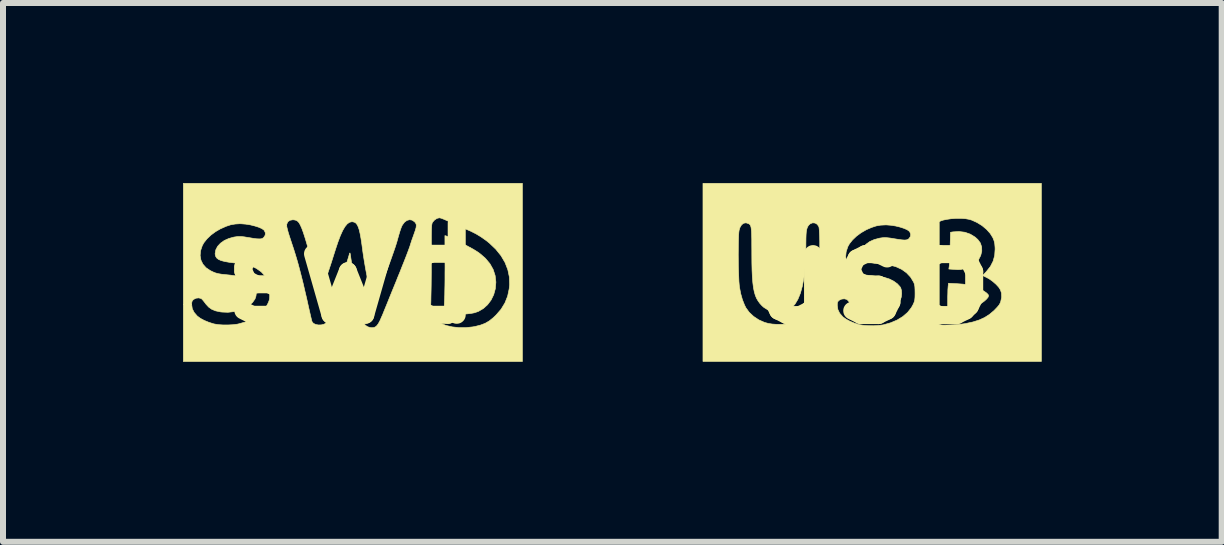
<source format=kicad_pcb>
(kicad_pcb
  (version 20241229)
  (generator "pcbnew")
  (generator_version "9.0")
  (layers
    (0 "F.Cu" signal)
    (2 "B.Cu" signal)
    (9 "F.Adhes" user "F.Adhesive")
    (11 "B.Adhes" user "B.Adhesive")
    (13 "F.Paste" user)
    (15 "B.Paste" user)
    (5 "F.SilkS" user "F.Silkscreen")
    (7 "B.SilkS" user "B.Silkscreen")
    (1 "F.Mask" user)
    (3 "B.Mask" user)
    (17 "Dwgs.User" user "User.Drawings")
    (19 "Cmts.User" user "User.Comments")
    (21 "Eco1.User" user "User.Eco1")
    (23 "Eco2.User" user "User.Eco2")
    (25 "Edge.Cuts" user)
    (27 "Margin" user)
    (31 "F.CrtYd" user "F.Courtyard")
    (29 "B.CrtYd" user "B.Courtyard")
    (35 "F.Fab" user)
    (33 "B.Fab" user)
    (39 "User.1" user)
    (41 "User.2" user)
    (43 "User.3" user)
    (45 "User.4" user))
  (footprint "swd"
    (layer "F.Cu")
    (at 2.819 1.506)
    (property "Reference" "swd" (at 0 0 0) (layer "F.SilkS") (effects (font (size 1.524 1.524) (thickness 0.3))))
    (attr through_hole)
    (fp_poly (pts (xy 1.569 -0.623) (xy 1.586 -0.616) (xy 1.62 -0.601) (xy 1.667 -0.579) (xy 1.724 -0.552) (xy 1.787 -0.522) (xy 1.815 -0.508) (xy 1.927 -0.452) (xy 2.019 -0.402) (xy 2.091 -0.357) (xy 2.124 -0.334) (xy 2.22 -0.251) (xy 2.295 -0.161) (xy 2.349 -0.065) (xy 2.382 0.037) (xy 2.394 0.143) (xy 2.394 0.149) (xy 2.385 0.255) (xy 2.358 0.354) (xy 2.314 0.444) (xy 2.256 0.521) (xy 2.185 0.585) (xy 2.103 0.633) (xy 2.037 0.656) (xy 1.979 0.667) (xy 1.91 0.675) (xy 1.838 0.679) (xy 1.769 0.678) (xy 1.711 0.674) (xy 1.688 0.669) (xy 1.643 0.656) (xy 1.597 0.639) (xy 1.579 0.63) (xy 1.531 0.605) (xy 1.54 0.416) (xy 1.542 0.36) (xy 1.543 0.286) (xy 1.545 0.198) (xy 1.546 0.1) (xy 1.546 -0.004) (xy 1.547 -0.111) (xy 1.546 -0.202) (xy 1.545 -0.63) (xy 1.569 -0.623)) (stroke (width 0.01) (type solid)) (fill yes) (layer "F.SilkS"))
    (fp_poly (pts (xy 2.836 1.468) (xy -2.814 1.468) (xy -2.814 0.507) (xy -2.675 0.507) (xy -2.675 0.52) (xy -2.665 0.589) (xy -2.634 0.65) (xy -2.584 0.708) (xy -2.576 0.715) (xy -2.528 0.75) (xy -2.464 0.784) (xy -2.391 0.814) (xy -2.317 0.838) (xy -2.291 0.844) (xy -2.228 0.854) (xy -2.151 0.859) (xy -2.068 0.859) (xy -1.988 0.855) (xy -1.917 0.846) (xy -1.901 0.843) (xy -1.782 0.81) (xy -1.674 0.764) (xy -1.579 0.705) (xy -1.499 0.636) (xy -1.436 0.558) (xy -1.408 0.508) (xy -1.393 0.475) (xy -1.383 0.447) (xy -1.377 0.418) (xy -1.375 0.382) (xy -1.374 0.333) (xy -1.374 0.309) (xy -1.374 0.25) (xy -1.377 0.208) (xy -1.382 0.176) (xy -1.39 0.148) (xy -1.399 0.128) (xy -1.449 0.046) (xy -1.516 -0.026) (xy -1.598 -0.084) (xy -1.691 -0.127) (xy -1.709 -0.133) (xy -1.747 -0.142) (xy -1.801 -0.153) (xy -1.864 -0.162) (xy -1.929 -0.17) (xy -1.942 -0.172) (xy -2.042 -0.184) (xy -2.122 -0.198) (xy -2.184 -0.214) (xy -2.229 -0.234) (xy -2.259 -0.258) (xy -2.277 -0.288) (xy -2.284 -0.323) (xy -2.284 -0.331) (xy -2.273 -0.393) (xy -2.243 -0.451) (xy -2.195 -0.503) (xy -2.132 -0.548) (xy -2.056 -0.582) (xy -1.969 -0.606) (xy -1.952 -0.608) (xy -1.913 -0.614) (xy -1.879 -0.615) (xy -1.842 -0.614) (xy -1.798 -0.609) (xy -1.738 -0.599) (xy -1.729 -0.598) (xy -1.653 -0.585) (xy -1.595 -0.577) (xy -1.551 -0.575) (xy -1.52 -0.576) (xy -1.497 -0.583) (xy -1.479 -0.595) (xy -1.473 -0.601) (xy -1.45 -0.637) (xy -1.447 -0.676) (xy -1.464 -0.713) (xy -1.471 -0.722) (xy -1.506 -0.747) (xy -1.559 -0.77) (xy -1.625 -0.791) (xy -1.65 -0.797) (xy -1.092 -0.797) (xy -1.089 -0.773) (xy -1.079 -0.732) (xy -1.065 -0.679) (xy -1.046 -0.619) (xy -1.031 -0.573) (xy -1.002 -0.485) (xy -0.975 -0.404) (xy -0.951 -0.327) (xy -0.928 -0.251) (xy -0.906 -0.176) (xy -0.885 -0.098) (xy -0.863 -0.014) (xy -0.84 0.077) (xy -0.815 0.177) (xy -0.789 0.29) (xy -0.759 0.417) (xy -0.727 0.562) (xy -0.69 0.723) (xy -0.681 0.761) (xy -0.673 0.792) (xy -0.668 0.806) (xy -0.647 0.832) (xy -0.61 0.85) (xy -0.565 0.859) (xy -0.517 0.858) (xy -0.472 0.847) (xy -0.455 0.839) (xy -0.419 0.806) (xy -0.403 0.765) (xy -0.404 0.718) (xy -0.403 0.682) (xy -0.391 0.627) (xy -0.369 0.554) (xy -0.336 0.463) (xy -0.292 0.353) (xy -0.258 0.274) (xy -0.23 0.206) (xy -0.199 0.125) (xy -0.166 0.035) (xy -0.133 -0.058) (xy -0.101 -0.148) (xy -0.074 -0.231) (xy -0.053 -0.301) (xy -0.048 -0.32) (xy -0.042 -0.337) (xy -0.038 -0.341) (xy -0.034 -0.331) (xy -0.029 -0.304) (xy -0.023 -0.259) (xy -0.008 -0.16) (xy 0.009 -0.053) (xy 0.029 0.059) (xy 0.049 0.173) (xy 0.071 0.286) (xy 0.093 0.397) (xy 0.115 0.501) (xy 0.135 0.597) (xy 0.155 0.681) (xy 0.173 0.752) (xy 0.188 0.805) (xy 0.199 0.836) (xy 0.222 0.866) (xy 0.26 0.89) (xy 0.306 0.903) (xy 0.329 0.905) (xy 0.365 0.901) (xy 0.391 0.888) (xy 0.412 0.869) (xy 0.435 0.838) (xy 0.463 0.786) (xy 0.489 0.727) (xy 1.299 0.727) (xy 1.338 0.766) (xy 1.365 0.789) (xy 1.391 0.803) (xy 1.401 0.805) (xy 1.423 0.81) (xy 1.457 0.823) (xy 1.479 0.833) (xy 1.566 0.868) (xy 1.667 0.891) (xy 1.778 0.903) (xy 1.894 0.903) (xy 2.01 0.891) (xy 2.052 0.883) (xy 2.142 0.86) (xy 2.217 0.831) (xy 2.284 0.792) (xy 2.351 0.738) (xy 2.395 0.696) (xy 2.481 0.597) (xy 2.545 0.492) (xy 2.59 0.379) (xy 2.616 0.256) (xy 2.623 0.188) (xy 2.619 0.061) (xy 2.593 -0.062) (xy 2.547 -0.181) (xy 2.48 -0.295) (xy 2.392 -0.404) (xy 2.285 -0.506) (xy 2.227 -0.552) (xy 2.146 -0.609) (xy 2.065 -0.658) (xy 1.978 -0.702) (xy 1.879 -0.745) (xy 1.82 -0.769) (xy 1.751 -0.8) (xy 1.68 -0.832) (xy 1.622 -0.86) (xy 1.569 -0.884) (xy 1.521 -0.905) (xy 1.482 -0.92) (xy 1.456 -0.926) (xy 1.453 -0.927) (xy 1.413 -0.917) (xy 1.373 -0.891) (xy 1.339 -0.853) (xy 1.335 -0.845) (xy 1.331 -0.835) (xy 1.328 -0.821) (xy 1.325 -0.802) (xy 1.323 -0.775) (xy 1.321 -0.738) (xy 1.32 -0.69) (xy 1.319 -0.629) (xy 1.319 -0.552) (xy 1.319 -0.459) (xy 1.319 -0.347) (xy 1.319 -0.259) (xy 1.318 -0.141) (xy 1.318 -0.022) (xy 1.317 0.094) (xy 1.316 0.203) (xy 1.314 0.304) (xy 1.312 0.392) (xy 1.311 0.464) (xy 1.309 0.515) (xy 1.299 0.727) (xy 0.489 0.727) (xy 0.495 0.714) (xy 0.51 0.679) (xy 0.528 0.634) (xy 0.553 0.573) (xy 0.584 0.497) (xy 0.619 0.41) (xy 0.657 0.316) (xy 0.698 0.216) (xy 0.739 0.116) (xy 0.754 0.077) (xy 0.794 -0.02) (xy 0.831 -0.114) (xy 0.866 -0.201) (xy 0.897 -0.28) (xy 0.923 -0.348) (xy 0.943 -0.402) (xy 0.957 -0.44) (xy 0.961 -0.452) (xy 0.976 -0.5) (xy 0.995 -0.558) (xy 1.017 -0.619) (xy 1.028 -0.65) (xy 1.05 -0.713) (xy 1.064 -0.761) (xy 1.068 -0.796) (xy 1.065 -0.823) (xy 1.052 -0.845) (xy 1.038 -0.861) (xy 0.998 -0.888) (xy 0.955 -0.895) (xy 0.912 -0.883) (xy 0.871 -0.853) (xy 0.836 -0.806) (xy 0.822 -0.778) (xy 0.81 -0.746) (xy 0.794 -0.699) (xy 0.777 -0.642) (xy 0.76 -0.582) (xy 0.757 -0.571) (xy 0.741 -0.514) (xy 0.717 -0.439) (xy 0.686 -0.349) (xy 0.65 -0.247) (xy 0.61 -0.136) (xy 0.567 -0.018) (xy 0.521 0.103) (xy 0.475 0.224) (xy 0.428 0.344) (xy 0.381 0.459) (xy 0.361 0.508) (xy 0.356 0.517) (xy 0.351 0.516) (xy 0.344 0.502) (xy 0.336 0.471) (xy 0.324 0.421) (xy 0.324 0.419) (xy 0.297 0.294) (xy 0.27 0.166) (xy 0.245 0.039) (xy 0.222 -0.083) (xy 0.203 -0.195) (xy 0.187 -0.294) (xy 0.177 -0.364) (xy 0.161 -0.484) (xy 0.146 -0.584) (xy 0.131 -0.665) (xy 0.116 -0.729) (xy 0.099 -0.778) (xy 0.081 -0.814) (xy 0.06 -0.839) (xy 0.037 -0.853) (xy 0.009 -0.86) (xy -0.007 -0.861) (xy -0.045 -0.852) (xy -0.083 -0.825) (xy -0.121 -0.779) (xy -0.159 -0.714) (xy -0.198 -0.628) (xy -0.238 -0.522) (xy -0.276 -0.408) (xy -0.312 -0.295) (xy -0.347 -0.184) (xy -0.382 -0.078) (xy -0.415 0.021) (xy -0.446 0.111) (xy -0.474 0.192) (xy -0.498 0.259) (xy -0.519 0.313) (xy -0.534 0.351) (xy -0.544 0.37) (xy -0.547 0.373) (xy -0.55 0.361) (xy -0.557 0.331) (xy -0.568 0.286) (xy -0.581 0.228) (xy -0.596 0.16) (xy -0.607 0.11) (xy -0.642 -0.049) (xy -0.675 -0.19) (xy -0.707 -0.317) (xy -0.739 -0.435) (xy -0.772 -0.547) (xy -0.785 -0.59) (xy -0.814 -0.68) (xy -0.84 -0.751) (xy -0.864 -0.805) (xy -0.886 -0.844) (xy -0.91 -0.87) (xy -0.936 -0.885) (xy -0.966 -0.892) (xy -0.99 -0.894) (xy -1.038 -0.885) (xy -1.072 -0.861) (xy -1.09 -0.822) (xy -1.092 -0.797) (xy -1.65 -0.797) (xy -1.698 -0.809) (xy -1.774 -0.821) (xy -1.849 -0.827) (xy -1.873 -0.828) (xy -1.951 -0.823) (xy -2.025 -0.81) (xy -2.101 -0.785) (xy -2.186 -0.747) (xy -2.194 -0.744) (xy -2.277 -0.696) (xy -2.354 -0.639) (xy -2.42 -0.576) (xy -2.471 -0.512) (xy -2.498 -0.464) (xy -2.527 -0.378) (xy -2.534 -0.297) (xy -2.521 -0.222) (xy -2.488 -0.154) (xy -2.436 -0.095) (xy -2.365 -0.047) (xy -2.32 -0.025) (xy -2.278 -0.008) (xy -2.233 0.004) (xy -2.18 0.013) (xy -2.113 0.02) (xy -2.085 0.023) (xy -2.026 0.029) (xy -1.967 0.037) (xy -1.916 0.045) (xy -1.889 0.05) (xy -1.805 0.076) (xy -1.731 0.113) (xy -1.669 0.158) (xy -1.624 0.209) (xy -1.614 0.226) (xy -1.6 0.27) (xy -1.597 0.323) (xy -1.604 0.379) (xy -1.62 0.426) (xy -1.62 0.426) (xy -1.662 0.486) (xy -1.722 0.538) (xy -1.796 0.581) (xy -1.881 0.615) (xy -1.974 0.637) (xy -2.071 0.648) (xy -2.168 0.644) (xy -2.196 0.641) (xy -2.276 0.624) (xy -2.34 0.598) (xy -2.392 0.561) (xy -2.438 0.511) (xy -2.445 0.501) (xy -2.472 0.466) (xy -2.496 0.437) (xy -2.514 0.42) (xy -2.516 0.419) (xy -2.557 0.408) (xy -2.603 0.413) (xy -2.642 0.433) (xy -2.645 0.435) (xy -2.663 0.454) (xy -2.672 0.475) (xy -2.675 0.507) (xy -2.814 0.507) (xy -2.814 -1.501) (xy 2.836 -1.501) (xy 2.836 1.468)) (stroke (width 0.01) (type solid)) (fill yes) (layer "F.SilkS")))
  (footprint "usb"
    (layer "F.Cu")
    (at 11.478 1.511)
    (property "Reference" "usb" (at 0 0 0) (layer "F.SilkS") (effects (font (size 1.524 1.524) (thickness 0.3))))
    (attr through_hole)
    (fp_poly (pts (xy 1.427 0.167) (xy 1.522 0.174) (xy 1.602 0.186) (xy 1.675 0.205) (xy 1.749 0.232) (xy 1.808 0.258) (xy 1.866 0.289) (xy 1.909 0.319) (xy 1.937 0.346) (xy 1.945 0.367) (xy 1.936 0.393) (xy 1.909 0.425) (xy 1.87 0.46) (xy 1.821 0.494) (xy 1.766 0.525) (xy 1.709 0.551) (xy 1.697 0.555) (xy 1.626 0.576) (xy 1.539 0.594) (xy 1.444 0.609) (xy 1.346 0.62) (xy 1.344 0.62) (xy 1.264 0.627) (xy 1.264 0.448) (xy 1.264 0.383) (xy 1.266 0.321) (xy 1.267 0.267) (xy 1.27 0.228) (xy 1.271 0.214) (xy 1.277 0.159) (xy 1.427 0.167)) (stroke (width 0.01) (type solid)) (fill yes) (layer "F.SilkS"))
    (fp_poly (pts (xy 1.55 -0.691) (xy 1.641 -0.659) (xy 1.722 -0.609) (xy 1.766 -0.569) (xy 1.808 -0.512) (xy 1.83 -0.446) (xy 1.832 -0.376) (xy 1.814 -0.303) (xy 1.776 -0.23) (xy 1.775 -0.229) (xy 1.736 -0.186) (xy 1.681 -0.145) (xy 1.616 -0.11) (xy 1.546 -0.084) (xy 1.479 -0.07) (xy 1.432 -0.068) (xy 1.403 -0.07) (xy 1.364 -0.073) (xy 1.342 -0.074) (xy 1.283 -0.078) (xy 1.29 -0.127) (xy 1.292 -0.152) (xy 1.295 -0.195) (xy 1.297 -0.252) (xy 1.3 -0.32) (xy 1.303 -0.394) (xy 1.304 -0.433) (xy 1.311 -0.69) (xy 1.351 -0.697) (xy 1.453 -0.703) (xy 1.55 -0.691)) (stroke (width 0.01) (type solid)) (fill yes) (layer "F.SilkS"))
    (fp_poly (pts (xy 2.825 1.462) (xy -2.814 1.462) (xy -2.814 -0.316) (xy -2.226 -0.316) (xy -2.225 -0.219) (xy -2.224 -0.124) (xy -2.221 -0.032) (xy -2.218 0.052) (xy -2.215 0.126) (xy -2.21 0.186) (xy -2.205 0.228) (xy -2.185 0.333) (xy -2.157 0.432) (xy -2.123 0.518) (xy -2.099 0.567) (xy -2.043 0.644) (xy -1.97 0.712) (xy -1.884 0.769) (xy -1.789 0.811) (xy -1.724 0.829) (xy -1.659 0.839) (xy -1.585 0.844) (xy -1.508 0.844) (xy -1.437 0.839) (xy -1.38 0.83) (xy -1.38 0.829) (xy -1.299 0.802) (xy -1.229 0.761) (xy -1.161 0.704) (xy -1.139 0.681) (xy -1.07 0.594) (xy -1.028 0.516) (xy -0.576 0.516) (xy -0.576 0.529) (xy -0.566 0.597) (xy -0.536 0.659) (xy -0.485 0.717) (xy -0.478 0.723) (xy -0.429 0.758) (xy -0.366 0.792) (xy -0.294 0.822) (xy -0.22 0.846) (xy -0.193 0.852) (xy -0.131 0.861) (xy -0.054 0.866) (xy 0.028 0.867) (xy 0.108 0.862) (xy 0.179 0.854) (xy 0.195 0.851) (xy 0.313 0.818) (xy 0.421 0.772) (xy 0.516 0.714) (xy 0.596 0.645) (xy 0.658 0.567) (xy 0.686 0.517) (xy 0.697 0.492) (xy 1.044 0.492) (xy 1.044 0.581) (xy 1.046 0.652) (xy 1.048 0.706) (xy 1.053 0.747) (xy 1.06 0.777) (xy 1.07 0.798) (xy 1.084 0.815) (xy 1.102 0.829) (xy 1.113 0.837) (xy 1.129 0.845) (xy 1.146 0.851) (xy 1.168 0.855) (xy 1.2 0.856) (xy 1.245 0.855) (xy 1.308 0.853) (xy 1.375 0.85) (xy 1.445 0.844) (xy 1.509 0.838) (xy 1.559 0.831) (xy 1.564 0.83) (xy 1.685 0.804) (xy 1.789 0.771) (xy 1.879 0.73) (xy 1.959 0.679) (xy 2.033 0.617) (xy 2.045 0.605) (xy 2.089 0.559) (xy 2.12 0.522) (xy 2.139 0.488) (xy 2.147 0.468) (xy 2.163 0.392) (xy 2.16 0.321) (xy 2.142 0.268) (xy 2.113 0.223) (xy 2.068 0.175) (xy 2.014 0.128) (xy 1.955 0.086) (xy 1.92 0.067) (xy 1.847 0.03) (xy 1.911 -0.039) (xy 1.976 -0.121) (xy 2.021 -0.209) (xy 2.047 -0.304) (xy 2.054 -0.41) (xy 2.053 -0.441) (xy 2.048 -0.5) (xy 2.037 -0.548) (xy 2.019 -0.594) (xy 2.017 -0.599) (xy 1.973 -0.67) (xy 1.911 -0.739) (xy 1.837 -0.801) (xy 1.753 -0.853) (xy 1.665 -0.893) (xy 1.621 -0.906) (xy 1.56 -0.917) (xy 1.485 -0.922) (xy 1.403 -0.922) (xy 1.32 -0.916) (xy 1.252 -0.906) (xy 1.197 -0.895) (xy 1.159 -0.884) (xy 1.134 -0.873) (xy 1.118 -0.859) (xy 1.11 -0.846) (xy 1.106 -0.829) (xy 1.102 -0.793) (xy 1.098 -0.741) (xy 1.094 -0.677) (xy 1.09 -0.603) (xy 1.088 -0.547) (xy 1.084 -0.451) (xy 1.079 -0.344) (xy 1.073 -0.233) (xy 1.068 -0.128) (xy 1.062 -0.035) (xy 1.061 -0.017) (xy 1.056 0.076) (xy 1.051 0.183) (xy 1.047 0.294) (xy 1.045 0.401) (xy 1.044 0.492) (xy 0.697 0.492) (xy 0.701 0.484) (xy 0.711 0.456) (xy 0.716 0.428) (xy 0.719 0.392) (xy 0.72 0.342) (xy 0.72 0.319) (xy 0.719 0.26) (xy 0.717 0.218) (xy 0.712 0.186) (xy 0.704 0.159) (xy 0.695 0.138) (xy 0.645 0.056) (xy 0.578 -0.015) (xy 0.497 -0.073) (xy 0.403 -0.116) (xy 0.386 -0.121) (xy 0.348 -0.131) (xy 0.294 -0.141) (xy 0.232 -0.151) (xy 0.167 -0.159) (xy 0.154 -0.16) (xy 0.054 -0.172) (xy -0.025 -0.186) (xy -0.087 -0.202) (xy -0.132 -0.222) (xy -0.162 -0.246) (xy -0.18 -0.276) (xy -0.187 -0.311) (xy -0.187 -0.319) (xy -0.176 -0.381) (xy -0.146 -0.439) (xy -0.098 -0.49) (xy -0.036 -0.535) (xy 0.04 -0.569) (xy 0.127 -0.592) (xy 0.144 -0.595) (xy 0.182 -0.6) (xy 0.217 -0.602) (xy 0.253 -0.6) (xy 0.298 -0.595) (xy 0.357 -0.586) (xy 0.366 -0.584) (xy 0.442 -0.572) (xy 0.5 -0.564) (xy 0.543 -0.561) (xy 0.574 -0.563) (xy 0.597 -0.57) (xy 0.615 -0.582) (xy 0.621 -0.588) (xy 0.644 -0.623) (xy 0.647 -0.663) (xy 0.63 -0.7) (xy 0.623 -0.708) (xy 0.588 -0.733) (xy 0.535 -0.756) (xy 0.47 -0.777) (xy 0.397 -0.795) (xy 0.321 -0.807) (xy 0.246 -0.813) (xy 0.223 -0.813) (xy 0.145 -0.809) (xy 0.072 -0.796) (xy -0.004 -0.771) (xy -0.09 -0.734) (xy -0.097 -0.73) (xy -0.18 -0.682) (xy -0.256 -0.626) (xy -0.322 -0.563) (xy -0.373 -0.499) (xy -0.4 -0.451) (xy -0.428 -0.366) (xy -0.436 -0.285) (xy -0.423 -0.21) (xy -0.39 -0.142) (xy -0.338 -0.084) (xy -0.267 -0.036) (xy -0.222 -0.014) (xy -0.181 0.003) (xy -0.136 0.015) (xy -0.084 0.024) (xy -0.017 0.031) (xy 0.011 0.034) (xy 0.07 0.04) (xy 0.129 0.048) (xy 0.18 0.056) (xy 0.206 0.061) (xy 0.29 0.087) (xy 0.364 0.124) (xy 0.426 0.169) (xy 0.471 0.219) (xy 0.481 0.236) (xy 0.494 0.28) (xy 0.497 0.333) (xy 0.491 0.388) (xy 0.475 0.436) (xy 0.475 0.436) (xy 0.433 0.495) (xy 0.373 0.546) (xy 0.3 0.59) (xy 0.215 0.623) (xy 0.122 0.646) (xy 0.026 0.656) (xy -0.072 0.653) (xy -0.099 0.649) (xy -0.179 0.632) (xy -0.243 0.607) (xy -0.295 0.57) (xy -0.34 0.52) (xy -0.347 0.51) (xy -0.374 0.475) (xy -0.398 0.446) (xy -0.416 0.43) (xy -0.418 0.428) (xy -0.459 0.418) (xy -0.504 0.423) (xy -0.544 0.442) (xy -0.546 0.444) (xy -0.565 0.463) (xy -0.574 0.484) (xy -0.576 0.516) (xy -1.028 0.516) (xy -1.012 0.487) (xy -0.963 0.36) (xy -0.924 0.215) (xy -0.894 0.049) (xy -0.879 -0.082) (xy -0.875 -0.142) (xy -0.872 -0.213) (xy -0.869 -0.292) (xy -0.868 -0.375) (xy -0.868 -0.458) (xy -0.868 -0.539) (xy -0.87 -0.614) (xy -0.873 -0.68) (xy -0.876 -0.733) (xy -0.88 -0.77) (xy -0.884 -0.785) (xy -0.909 -0.822) (xy -0.945 -0.844) (xy -0.985 -0.848) (xy -1.024 -0.834) (xy -1.048 -0.813) (xy -1.064 -0.792) (xy -1.076 -0.768) (xy -1.085 -0.739) (xy -1.092 -0.701) (xy -1.096 -0.651) (xy -1.098 -0.587) (xy -1.099 -0.505) (xy -1.099 -0.467) (xy -1.103 -0.268) (xy -1.114 -0.09) (xy -1.132 0.068) (xy -1.158 0.207) (xy -1.191 0.326) (xy -1.232 0.426) (xy -1.281 0.508) (xy -1.337 0.571) (xy -1.36 0.59) (xy -1.423 0.624) (xy -1.496 0.643) (xy -1.574 0.645) (xy -1.654 0.632) (xy -1.73 0.604) (xy -1.798 0.562) (xy -1.83 0.534) (xy -1.865 0.496) (xy -1.895 0.455) (xy -1.921 0.411) (xy -1.942 0.36) (xy -1.959 0.301) (xy -1.973 0.232) (xy -1.983 0.151) (xy -1.991 0.056) (xy -1.996 -0.054) (xy -1.999 -0.181) (xy -2 -0.329) (xy -2 -0.377) (xy -2.001 -0.486) (xy -2.001 -0.575) (xy -2.003 -0.647) (xy -2.005 -0.703) (xy -2.009 -0.746) (xy -2.014 -0.778) (xy -2.021 -0.8) (xy -2.03 -0.816) (xy -2.042 -0.827) (xy -2.054 -0.834) (xy -2.097 -0.848) (xy -2.137 -0.841) (xy -2.171 -0.814) (xy -2.198 -0.769) (xy -2.211 -0.727) (xy -2.216 -0.695) (xy -2.22 -0.643) (xy -2.222 -0.576) (xy -2.224 -0.497) (xy -2.225 -0.409) (xy -2.226 -0.316) (xy -2.814 -0.316) (xy -2.814 -1.506) (xy 2.825 -1.506) (xy 2.825 1.462)) (stroke (width 0.01) (type solid)) (fill yes) (layer "F.SilkS")))
  (gr_rect
    (start -3 -3)
    (end 17.308 5.978)
    (stroke (width 0.1) (type default))
    (fill no)
    (layer "Edge.Cuts")))
</source>
